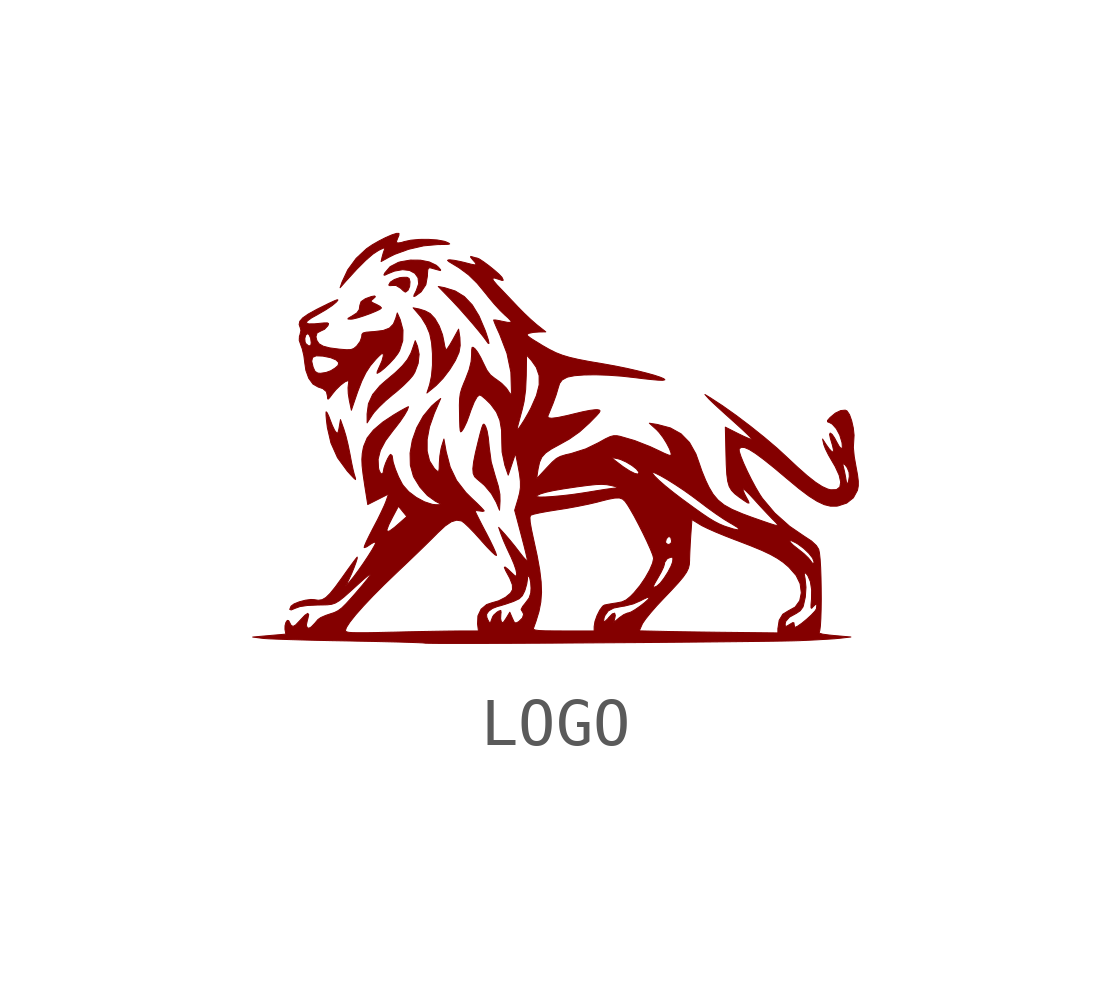
<source format=kicad_sym>
(kicad_symbol_lib
  (version 20210619)
  (generator bitmap2component)
  (symbol "LOGO"
    (pin_names
      (offset 1.016))
    (property "Reference" "#G"
      (at 0 10.62 0)
      (effects (font (size 1.27 1.27)) hide))
    (symbol "LOGO_0_0"
      (polyline (pts (xy -1.378 -4.237) (xy -1.028 -4.236) (xy -0.644 -4.235) (xy -0.23 -4.233) (xy 0.207 -4.231) (xy 0.662 -4.228) (xy 1.127 -4.225) (xy 1.598 -4.222) (xy 2.068 -4.219) (xy 2.531 -4.215) (xy 2.982 -4.211) (xy 3.413 -4.207) (xy 3.82 -4.203) (xy 4.196 -4.199) (xy 4.535 -4.195) (xy 4.832 -4.191) (xy 5.079 -4.187) (xy 5.271 -4.183) (xy 5.403 -4.179) (xy 5.522 -4.174) (xy 5.749 -4.163) (xy 5.958 -4.151) (xy 6.13 -4.14) (xy 6.247 -4.129) (xy 6.472 -4.103) (xy 6.122 -4.072) (xy 6.02 -4.062) (xy 5.885 -4.044) (xy 5.818 -4.024) (xy 5.813 -4.002) (xy 5.825 -3.968) (xy 5.838 -3.868) (xy 5.847 -3.716) (xy 5.853 -3.526) (xy 5.856 -3.312) (xy 5.854 -3.088) (xy 5.85 -2.866) (xy 5.843 -2.66) (xy 5.832 -2.485) (xy 5.818 -2.352) (xy 5.802 -2.276) (xy 5.753 -2.198) (xy 5.652 -2.104) (xy 5.492 -1.999) (xy 5.198 -1.798) (xy 4.887 -1.521) (xy 4.631 -1.217) (xy 4.575 -1.133) (xy 4.489 -0.987) (xy 4.4 -0.821) (xy 4.315 -0.65) (xy 4.24 -0.486) (xy 4.183 -0.345) (xy 4.149 -0.241) (xy 4.146 -0.188) (xy 4.149 -0.183) (xy 4.192 -0.153) (xy 4.26 -0.158) (xy 4.357 -0.2) (xy 4.489 -0.283) (xy 4.659 -0.409) (xy 4.874 -0.581) (xy 5.138 -0.803) (xy 5.144 -0.808) (xy 5.392 -1.014) (xy 5.598 -1.169) (xy 5.77 -1.278) (xy 5.917 -1.347) (xy 6.047 -1.379) (xy 6.169 -1.379) (xy 6.201 -1.375) (xy 6.385 -1.315) (xy 6.524 -1.205) (xy 6.607 -1.053) (xy 6.611 -1.04) (xy 6.627 -0.956) (xy 6.627 -0.858) (xy 6.611 -0.727) (xy 6.577 -0.542) (xy 6.542 -0.344) (xy 6.524 -0.157) (xy 6.532 -0.021) (xy 6.539 0.099) (xy 6.523 0.249) (xy 6.489 0.4) (xy 6.444 0.527) (xy 6.392 0.604) (xy 6.355 0.621) (xy 6.26 0.612) (xy 6.149 0.559) (xy 6.041 0.469) (xy 6.035 0.463) (xy 5.985 0.405) (xy 5.986 0.378) (xy 6.035 0.358) (xy 6.086 0.329) (xy 6.169 0.235) (xy 6.24 0.103) (xy 6.285 -0.047) (xy 6.288 -0.064) (xy 6.295 -0.157) (xy 6.274 -0.181) (xy 6.232 -0.139) (xy 6.171 -0.031) (xy 6.135 0.038) (xy 6.081 0.117) (xy 6.042 0.144) (xy 6.028 0.117) (xy 6.046 0.031) (xy 6.085 -0.1) (xy 6.109 -0.202) (xy 6.107 -0.248) (xy 6.08 -0.245) (xy 6.074 -0.241) (xy 6.021 -0.185) (xy 5.959 -0.099) (xy 5.883 0.019) (xy 5.908 -0.094) (xy 5.909 -0.098) (xy 5.944 -0.189) (xy 6.006 -0.314) (xy 6.084 -0.449) (xy 6.125 -0.519) (xy 6.306 -0.519) (xy 6.309 -0.491) (xy 6.351 -0.518) (xy 6.395 -0.576) (xy 6.434 -0.671) (xy 6.44 -0.757) (xy 6.423 -0.863) (xy 6.416 -0.88) (xy 6.397 -0.917) (xy 6.383 -0.894) (xy 6.367 -0.804) (xy 6.365 -0.787) (xy 6.341 -0.663) (xy 6.317 -0.563) (xy 6.306 -0.519) (xy 6.125 -0.519) (xy 6.144 -0.551) (xy 6.228 -0.734) (xy 6.26 -0.878) (xy 6.242 -0.98) (xy 6.173 -1.034) (xy 6.053 -1.038) (xy 5.99 -1.022) (xy 5.875 -0.97) (xy 5.737 -0.881) (xy 5.569 -0.749) (xy 5.366 -0.57) (xy 5.12 -0.34) (xy 4.935 -0.17) (xy 4.671 0.054) (xy 4.381 0.286) (xy 4.084 0.511) (xy 3.799 0.713) (xy 3.548 0.877) (xy 3.433 0.947) (xy 3.508 0.863) (xy 3.524 0.846) (xy 3.598 0.775) (xy 3.711 0.67) (xy 3.852 0.542) (xy 4.006 0.404) (xy 4.084 0.334) (xy 4.219 0.211) (xy 4.325 0.11) (xy 4.393 0.041) (xy 4.414 0.011) (xy 4.409 0.011) (xy 4.354 0.027) (xy 4.255 0.07) (xy 4.128 0.131) (xy 3.858 0.267) (xy 3.871 -0.307) (xy 3.877 -0.516) (xy 3.888 -0.714) (xy 3.907 -0.859) (xy 3.938 -0.967) (xy 3.986 -1.049) (xy 4.054 -1.12) (xy 4.146 -1.191) (xy 4.247 -1.262) (xy 4.323 -1.311) (xy 4.351 -1.314) (xy 4.338 -1.271) (xy 4.29 -1.183) (xy 4.256 -1.117) (xy 4.226 -1.042) (xy 4.227 -1.014) (xy 4.234 -1.017) (xy 4.285 -1.059) (xy 4.366 -1.14) (xy 4.465 -1.247) (xy 4.471 -1.254) (xy 4.596 -1.392) (xy 4.727 -1.532) (xy 4.835 -1.645) (xy 4.867 -1.676) (xy 4.922 -1.732) (xy 4.95 -1.768) (xy 4.942 -1.781) (xy 4.893 -1.774) (xy 4.793 -1.743) (xy 4.638 -1.69) (xy 4.418 -1.613) (xy 4.218 -1.539) (xy 3.999 -1.446) (xy 3.832 -1.353) (xy 3.705 -1.25) (xy 3.604 -1.13) (xy 3.517 -0.983) (xy 3.449 -0.841) (xy 3.369 -0.645) (xy 3.308 -0.467) (xy 3.245 -0.29) (xy 3.111 -0.051) (xy 2.936 0.128) (xy 2.714 0.251) (xy 2.442 0.323) (xy 2.276 0.349) (xy 2.428 0.212) (xy 2.482 0.154) (xy 2.562 0.049) (xy 2.636 -0.07) (xy 2.695 -0.184) (xy 2.728 -0.275) (xy 2.727 -0.325) (xy 2.725 -0.326) (xy 2.681 -0.316) (xy 2.59 -0.279) (xy 2.471 -0.222) (xy 2.291 -0.138) (xy 1.969 -0.012) (xy 1.665 0.076) (xy 1.603 0.088) (xy 1.534 0.089) (xy 1.46 0.07) (xy 1.361 0.024) (xy 1.218 -0.056) (xy 0.951 -0.186) (xy 0.641 -0.284) (xy 0.533 -0.308) (xy 0.423 -0.342) (xy 0.38 -0.364) (xy 1.482 -0.364) (xy 1.613 -0.389) (xy 1.676 -0.407) (xy 1.794 -0.46) (xy 1.912 -0.531) (xy 2.006 -0.604) (xy 2.054 -0.666) (xy 2.058 -0.68) (xy 2.048 -0.696) (xy 2.341 -0.696) (xy 2.348 -0.675) (xy 2.399 -0.69) (xy 2.505 -0.743) (xy 2.648 -0.825) (xy 2.815 -0.93) (xy 2.994 -1.049) (xy 3.171 -1.175) (xy 3.335 -1.298) (xy 3.484 -1.411) (xy 3.665 -1.541) (xy 3.833 -1.654) (xy 3.967 -1.735) (xy 3.993 -1.749) (xy 4.104 -1.818) (xy 4.146 -1.859) (xy 4.121 -1.872) (xy 4.031 -1.855) (xy 3.876 -1.806) (xy 3.827 -1.789) (xy 3.731 -1.748) (xy 3.63 -1.696) (xy 3.514 -1.626) (xy 3.372 -1.53) (xy 3.192 -1.402) (xy 2.964 -1.235) (xy 2.946 -1.222) (xy 2.766 -1.084) (xy 2.607 -0.956) (xy 2.479 -0.844) (xy 2.388 -0.755) (xy 2.341 -0.696) (xy 2.048 -0.696) (xy 2.039 -0.711) (xy 1.973 -0.698) (xy 1.868 -0.646) (xy 1.733 -0.559) (xy 1.576 -0.44) (xy 1.482 -0.364) (xy 0.38 -0.364) (xy 0.337 -0.388) (xy 0.253 -0.461) (xy 0.143 -0.576) (xy -0.071 -0.807) (xy -0.049 -0.657) (xy -0.041 -0.605) (xy -0.01 -0.464) (xy 0.037 -0.358) (xy 0.116 -0.271) (xy 0.237 -0.188) (xy 0.414 -0.091) (xy 0.609 0.018) (xy 0.822 0.168) (xy 1.027 0.353) (xy 1.071 0.398) (xy 1.174 0.503) (xy 1.232 0.569) (xy 1.25 0.606) (xy 1.234 0.623) (xy 1.19 0.631) (xy 1.149 0.63) (xy 1.035 0.616) (xy 0.884 0.586) (xy 0.716 0.546) (xy 0.569 0.51) (xy 0.371 0.468) (xy 0.24 0.452) (xy 0.171 0.462) (xy 0.162 0.497) (xy 0.182 0.544) (xy 0.273 0.767) (xy 0.336 0.941) (xy 0.377 1.081) (xy 0.408 1.178) (xy 0.461 1.25) (xy 0.556 1.302) (xy 0.581 1.311) (xy 0.719 1.338) (xy 0.913 1.353) (xy 1.151 1.357) (xy 1.419 1.348) (xy 1.701 1.328) (xy 1.986 1.296) (xy 2.137 1.277) (xy 2.313 1.258) (xy 2.458 1.245) (xy 2.549 1.242) (xy 2.556 1.242) (xy 2.599 1.253) (xy 2.577 1.276) (xy 2.5 1.308) (xy 2.376 1.349) (xy 2.213 1.394) (xy 2.021 1.442) (xy 1.807 1.491) (xy 1.581 1.537) (xy 1.351 1.579) (xy 1.304 1.587) (xy 1.021 1.635) (xy 0.797 1.678) (xy 0.616 1.72) (xy 0.465 1.765) (xy 0.329 1.818) (xy 0.195 1.885) (xy 0.047 1.969) (xy -0.127 2.076) (xy -0.19 2.116) (xy -0.257 2.167) (xy -0.271 2.197) (xy -0.239 2.218) (xy -0.231 2.221) (xy -0.139 2.24) (xy -0.025 2.248) (xy 0.119 2.251) (xy -0.062 2.395) (xy -0.078 2.408) (xy -0.199 2.514) (xy -0.338 2.646) (xy -0.469 2.779) (xy -0.485 2.797) (xy -0.619 2.938) (xy -0.755 3.081) (xy -0.867 3.198) (xy -0.896 3.228) (xy -0.972 3.319) (xy -0.99 3.366) (xy -0.948 3.372) (xy -0.846 3.34) (xy -0.79 3.321) (xy -0.766 3.327) (xy -0.789 3.379) (xy -0.798 3.392) (xy -0.858 3.455) (xy -0.953 3.538) (xy -1.063 3.627) (xy -1.173 3.708) (xy -1.262 3.767) (xy -1.314 3.789) (xy -1.341 3.793) (xy -1.413 3.814) (xy -1.445 3.822) (xy -1.444 3.802) (xy -1.391 3.739) (xy -1.352 3.695) (xy -1.33 3.656) (xy -1.354 3.645) (xy -1.433 3.659) (xy -1.576 3.696) (xy -1.661 3.716) (xy -1.787 3.741) (xy -1.876 3.751) (xy -1.903 3.75) (xy -1.927 3.74) (xy -1.897 3.712) (xy -1.806 3.657) (xy -1.684 3.583) (xy -1.489 3.438) (xy -1.31 3.263) (xy -1.125 3.039) (xy -1.083 2.985) (xy -0.957 2.834) (xy -0.83 2.695) (xy -0.724 2.593) (xy -0.669 2.545) (xy -0.606 2.478) (xy -0.606 2.448) (xy -0.671 2.448) (xy -0.806 2.475) (xy -0.84 2.483) (xy -0.926 2.498) (xy -0.966 2.498) (xy -0.966 2.493) (xy -0.947 2.439) (xy -0.905 2.339) (xy -0.846 2.21) (xy -0.841 2.199) (xy -0.689 1.802) (xy -0.608 1.411) (xy -0.596 1.013) (xy -0.597 0.988) (xy -0.605 0.949) (xy -0.627 0.966) (xy -0.675 1.042) (xy -0.702 1.08) (xy -0.799 1.178) (xy -0.913 1.263) (xy -0.934 1.276) (xy -1.032 1.353) (xy -1.106 1.451) (xy -1.178 1.597) (xy -1.236 1.717) (xy -1.301 1.829) (xy -1.353 1.897) (xy -1.393 1.929) (xy -1.415 1.928) (xy -1.424 1.876) (xy -1.426 1.761) (xy -1.436 1.631) (xy -1.477 1.463) (xy -1.555 1.258) (xy -1.585 1.189) (xy -1.632 1.069) (xy -1.661 0.967) (xy -1.675 0.86) (xy -1.68 0.725) (xy -1.677 0.538) (xy -1.675 0.405) (xy -1.67 0.271) (xy -1.663 0.195) (xy -1.652 0.168) (xy -1.633 0.18) (xy -1.604 0.22) (xy -1.581 0.26) (xy -1.526 0.376) (xy -1.478 0.506) (xy -1.441 0.615) (xy -1.37 0.793) (xy -1.308 0.901) (xy -1.258 0.938) (xy -1.214 0.915) (xy -1.136 0.85) (xy -1.042 0.758) (xy -1.021 0.734) (xy -0.908 0.58) (xy -0.837 0.409) (xy -0.808 0.238) (xy -0.475 0.238) (xy -0.458 0.313) (xy -0.423 0.443) (xy -0.37 0.638) (xy -0.333 0.798) (xy -0.3 1.046) (xy -0.287 1.344) (xy -0.281 1.768) (xy -0.18 1.655) (xy -0.079 1.512) (xy -0.02 1.341) (xy -0.019 1.147) (xy -0.076 0.924) (xy -0.192 0.661) (xy -0.248 0.556) (xy -0.33 0.414) (xy -0.4 0.305) (xy -0.425 0.269) (xy -0.458 0.224) (xy -0.475 0.211) (xy -0.475 0.238) (xy -0.808 0.238) (xy -0.802 0.203) (xy -0.797 -0.056) (xy -0.791 -0.251) (xy -0.734 -0.525) (xy -0.663 -0.732) (xy -0.587 -0.506) (xy -0.511 -0.281) (xy -0.484 -0.413) (xy -0.465 -0.507) (xy -0.428 -0.708) (xy -0.41 -0.861) (xy -0.409 -0.986) (xy -0.425 -1.101) (xy -0.442 -1.165) (xy -0.075 -1.165) (xy -0.068 -1.16) (xy 0.006 -1.124) (xy 0.118 -1.09) (xy 0.277 -1.055) (xy 0.492 -1.018) (xy 0.773 -0.976) (xy 0.782 -0.975) (xy 1.001 -0.946) (xy 1.164 -0.929) (xy 1.286 -0.925) (xy 1.386 -0.931) (xy 1.479 -0.948) (xy 1.578 -0.972) (xy 1.625 -0.988) (xy 1.61 -0.997) (xy 1.538 -1.004) (xy 1.476 -1.012) (xy 1.344 -1.03) (xy 1.176 -1.057) (xy 0.994 -1.087) (xy 0.866 -1.107) (xy 0.658 -1.137) (xy 0.455 -1.16) (xy 0.269 -1.177) (xy 0.112 -1.187) (xy -0.006 -1.189) (xy -0.072 -1.181) (xy -0.075 -1.165) (xy -0.442 -1.165) (xy -0.457 -1.225) (xy -0.529 -1.464) (xy -0.488 -1.616) (xy -0.211 -1.616) (xy -0.198 -1.571) (xy -0.192 -1.567) (xy -0.127 -1.545) (xy -0.006 -1.518) (xy 0.156 -1.488) (xy 0.344 -1.458) (xy 0.55 -1.426) (xy 0.79 -1.382) (xy 1.015 -1.336) (xy 1.195 -1.294) (xy 1.226 -1.285) (xy 1.419 -1.236) (xy 1.556 -1.21) (xy 1.651 -1.208) (xy 1.718 -1.231) (xy 1.772 -1.281) (xy 1.827 -1.36) (xy 1.87 -1.431) (xy 1.959 -1.586) (xy 2.053 -1.764) (xy 2.146 -1.948) (xy 2.231 -2.125) (xy 2.235 -2.135) (xy 2.61 -2.135) (xy 2.63 -2.058) (xy 2.678 -2.009) (xy 2.721 -2.027) (xy 2.739 -2.103) (xy 2.73 -2.145) (xy 2.689 -2.176) (xy 2.654 -2.173) (xy 2.61 -2.135) (xy 2.235 -2.135) (xy 2.3 -2.28) (xy 2.347 -2.399) (xy 2.364 -2.466) (xy 2.343 -2.565) (xy 2.282 -2.708) (xy 2.19 -2.871) (xy 2.079 -3.034) (xy 2.066 -3.049) (xy 2.358 -3.049) (xy 2.39 -2.983) (xy 2.46 -2.863) (xy 2.522 -2.753) (xy 2.57 -2.651) (xy 2.589 -2.589) (xy 2.596 -2.547) (xy 2.65 -2.471) (xy 2.732 -2.439) (xy 2.737 -2.439) (xy 2.768 -2.464) (xy 2.759 -2.542) (xy 2.727 -2.629) (xy 2.662 -2.753) (xy 2.582 -2.878) (xy 2.502 -2.982) (xy 2.437 -3.04) (xy 2.407 -3.055) (xy 2.364 -3.07) (xy 2.358 -3.049) (xy 2.066 -3.049) (xy 1.958 -3.18) (xy 1.884 -3.256) (xy 1.794 -3.33) (xy 1.706 -3.371) (xy 1.595 -3.393) (xy 1.532 -3.402) (xy 1.415 -3.422) (xy 1.339 -3.438) (xy 1.303 -3.462) (xy 1.243 -3.544) (xy 1.186 -3.658) (xy 1.145 -3.774) (xy 1.323 -3.774) (xy 1.333 -3.705) (xy 1.351 -3.656) (xy 1.42 -3.56) (xy 1.534 -3.5) (xy 1.707 -3.466) (xy 1.76 -3.459) (xy 1.941 -3.414) (xy 2.093 -3.348) (xy 2.151 -3.317) (xy 2.234 -3.28) (xy 2.275 -3.275) (xy 2.276 -3.282) (xy 2.246 -3.325) (xy 2.175 -3.389) (xy 2.081 -3.462) (xy 1.982 -3.531) (xy 1.895 -3.582) (xy 1.838 -3.602) (xy 1.823 -3.603) (xy 1.743 -3.637) (xy 1.652 -3.7) (xy 1.534 -3.799) (xy 1.559 -3.7) (xy 1.567 -3.653) (xy 1.553 -3.607) (xy 1.505 -3.621) (xy 1.432 -3.696) (xy 1.409 -3.725) (xy 1.349 -3.781) (xy 1.323 -3.774) (xy 1.145 -3.774) (xy 1.143 -3.78) (xy 1.126 -3.886) (xy 1.126 -3.975) (xy 2.066 -3.975) (xy 2.128 -3.835) (xy 2.138 -3.816) (xy 2.201 -3.725) (xy 2.302 -3.6) (xy 2.429 -3.454) (xy 2.572 -3.302) (xy 2.737 -3.129) (xy 2.88 -2.974) (xy 2.982 -2.852) (xy 3.05 -2.754) (xy 3.09 -2.67) (xy 3.109 -2.59) (xy 3.114 -2.504) (xy 3.114 -2.475) (xy 3.119 -2.343) (xy 3.127 -2.174) (xy 3.138 -1.998) (xy 3.162 -1.658) (xy 3.341 -1.768) (xy 3.37 -1.785) (xy 3.492 -1.845) (xy 3.659 -1.919) (xy 3.854 -1.999) (xy 4.059 -2.079) (xy 4.106 -2.096) (xy 5.197 -2.096) (xy 5.235 -2.098) (xy 5.327 -2.143) (xy 5.367 -2.167) (xy 5.489 -2.257) (xy 5.597 -2.36) (xy 5.674 -2.458) (xy 5.703 -2.534) (xy 5.703 -2.549) (xy 5.696 -2.582) (xy 5.671 -2.565) (xy 5.615 -2.491) (xy 5.588 -2.458) (xy 5.497 -2.37) (xy 5.39 -2.284) (xy 5.383 -2.279) (xy 5.274 -2.193) (xy 5.212 -2.13) (xy 5.197 -2.096) (xy 4.106 -2.096) (xy 4.114 -2.099) (xy 4.396 -2.208) (xy 4.621 -2.301) (xy 4.799 -2.385) (xy 4.941 -2.465) (xy 5.061 -2.547) (xy 5.168 -2.638) (xy 5.185 -2.654) (xy 5.332 -2.822) (xy 5.415 -2.993) (xy 5.44 -3.183) (xy 5.407 -3.347) (xy 5.312 -3.479) (xy 5.161 -3.563) (xy 5.054 -3.629) (xy 4.979 -3.755) (xy 4.967 -3.834) (xy 5.103 -3.834) (xy 5.115 -3.779) (xy 5.193 -3.69) (xy 5.338 -3.61) (xy 5.417 -3.557) (xy 5.473 -3.48) (xy 5.483 -3.453) (xy 5.524 -3.268) (xy 5.537 -3.067) (xy 5.52 -2.893) (xy 5.519 -2.888) (xy 5.502 -2.796) (xy 5.507 -2.763) (xy 5.536 -2.778) (xy 5.573 -2.82) (xy 5.628 -2.948) (xy 5.655 -3.119) (xy 5.652 -3.317) (xy 5.642 -3.432) (xy 5.642 -3.495) (xy 5.655 -3.506) (xy 5.685 -3.473) (xy 5.685 -3.473) (xy 5.739 -3.421) (xy 5.763 -3.437) (xy 5.754 -3.518) (xy 5.723 -3.565) (xy 5.65 -3.643) (xy 5.553 -3.732) (xy 5.452 -3.815) (xy 5.364 -3.877) (xy 5.311 -3.902) (xy 5.301 -3.894) (xy 5.29 -3.841) (xy 5.287 -3.808) (xy 5.262 -3.803) (xy 5.196 -3.842) (xy 5.137 -3.878) (xy 5.108 -3.879) (xy 5.103 -3.834) (xy 4.967 -3.834) (xy 4.952 -3.928) (xy 4.952 -4.018) (xy 3.968 -4.007) (xy 3.781 -4.005) (xy 3.481 -4.001) (xy 3.188 -3.997) (xy 2.92 -3.993) (xy 2.693 -3.989) (xy 2.524 -3.985) (xy 2.066 -3.975) (xy 1.126 -3.975) (xy 1.126 -3.977) (xy 0.484 -3.977) (xy 0.284 -3.976) (xy 0.101 -3.974) (xy -0.024 -3.968) (xy -0.099 -3.958) (xy -0.134 -3.944) (xy -0.138 -3.925) (xy -0.084 -3.775) (xy -0.022 -3.571) (xy 0.016 -3.375) (xy 0.031 -3.174) (xy 0.023 -2.955) (xy -0.007 -2.704) (xy -0.061 -2.407) (xy -0.138 -2.053) (xy -0.178 -1.866) (xy -0.205 -1.712) (xy -0.211 -1.616) (xy -0.488 -1.616) (xy -0.396 -1.965) (xy -0.382 -2.019) (xy -0.335 -2.2) (xy -0.297 -2.353) (xy -0.272 -2.462) (xy -0.263 -2.513) (xy -0.263 -2.517) (xy -0.29 -2.502) (xy -0.348 -2.439) (xy -0.426 -2.34) (xy -0.518 -2.22) (xy -0.631 -2.081) (xy -0.726 -1.97) (xy -0.862 -1.82) (xy -0.81 -1.97) (xy -0.805 -1.982) (xy -0.76 -2.098) (xy -0.695 -2.246) (xy -0.623 -2.4) (xy -0.606 -2.435) (xy -0.546 -2.576) (xy -0.504 -2.697) (xy -0.488 -2.773) (xy -0.489 -2.819) (xy -0.502 -2.838) (xy -0.541 -2.813) (xy -0.619 -2.739) (xy -0.668 -2.692) (xy -0.727 -2.645) (xy -0.744 -2.652) (xy -0.718 -2.717) (xy -0.65 -2.843) (xy -0.63 -2.88) (xy -0.577 -3.015) (xy -0.574 -3.117) (xy -0.616 -3.19) (xy -0.719 -3.276) (xy -0.861 -3.349) (xy -1.022 -3.396) (xy -1.114 -3.428) (xy -1.228 -3.524) (xy -1.278 -3.629) (xy -1.114 -3.629) (xy -1.071 -3.567) (xy -0.993 -3.509) (xy -0.887 -3.468) (xy -0.836 -3.455) (xy -0.71 -3.417) (xy -0.576 -3.371) (xy -0.543 -3.358) (xy -0.435 -3.307) (xy -0.37 -3.244) (xy -0.322 -3.149) (xy -0.312 -3.122) (xy -0.277 -2.999) (xy -0.262 -2.897) (xy -0.261 -2.865) (xy -0.251 -2.826) (xy -0.225 -2.851) (xy -0.215 -2.874) (xy -0.196 -2.966) (xy -0.188 -3.085) (xy -0.194 -3.188) (xy -0.228 -3.291) (xy -0.307 -3.397) (xy -0.361 -3.464) (xy -0.395 -3.528) (xy -0.378 -3.562) (xy -0.371 -3.567) (xy -0.342 -3.628) (xy -0.367 -3.707) (xy -0.441 -3.78) (xy -0.451 -3.787) (xy -0.504 -3.813) (xy -0.539 -3.792) (xy -0.577 -3.711) (xy -0.63 -3.587) (xy -0.707 -3.714) (xy -0.754 -3.785) (xy -0.787 -3.808) (xy -0.809 -3.777) (xy -0.821 -3.72) (xy -0.816 -3.622) (xy -0.811 -3.59) (xy -0.818 -3.55) (xy -0.862 -3.564) (xy -0.897 -3.586) (xy -0.965 -3.647) (xy -0.988 -3.683) (xy -1.021 -3.771) (xy -1.033 -3.811) (xy -1.052 -3.808) (xy -1.088 -3.743) (xy -1.109 -3.692) (xy -1.114 -3.629) (xy -1.278 -3.629) (xy -1.294 -3.663) (xy -1.302 -3.829) (xy -1.283 -3.977) (xy -1.664 -3.977) (xy -1.766 -3.978) (xy -1.956 -3.98) (xy -2.195 -3.984) (xy -2.467 -3.989) (xy -2.756 -3.995) (xy -3.048 -4.002) (xy -3.11 -4.003) (xy -3.398 -4.01) (xy -3.621 -4.014) (xy -3.787 -4.014) (xy -3.905 -4.012) (xy -3.981 -4.006) (xy -4.026 -3.996) (xy -4.047 -3.982) (xy -4.052 -3.964) (xy -4.031 -3.903) (xy -3.959 -3.792) (xy -3.84 -3.642) (xy -3.678 -3.459) (xy -3.479 -3.248) (xy -3.248 -3.016) (xy -2.99 -2.768) (xy -2.944 -2.724) (xy -2.75 -2.54) (xy -2.562 -2.36) (xy -2.393 -2.196) (xy -2.254 -2.059) (xy -2.157 -1.962) (xy -2.132 -1.936) (xy -1.976 -1.791) (xy -1.848 -1.704) (xy -1.738 -1.671) (xy -1.638 -1.686) (xy -1.635 -1.687) (xy -1.575 -1.731) (xy -1.48 -1.82) (xy -1.363 -1.941) (xy -1.236 -2.082) (xy -1.214 -2.108) (xy -1.098 -2.236) (xy -1.002 -2.334) (xy -0.936 -2.393) (xy -0.908 -2.405) (xy -0.907 -2.401) (xy -0.924 -2.346) (xy -0.97 -2.24) (xy -1.038 -2.099) (xy -1.122 -1.935) (xy -1.137 -1.908) (xy -1.22 -1.749) (xy -1.288 -1.615) (xy -1.334 -1.522) (xy -1.351 -1.481) (xy -1.326 -1.47) (xy -1.257 -1.479) (xy -1.194 -1.488) (xy -1.163 -1.478) (xy -1.172 -1.464) (xy -1.224 -1.407) (xy -1.312 -1.319) (xy -1.425 -1.212) (xy -1.545 -1.093) (xy -1.738 -0.843) (xy -1.871 -0.566) (xy -1.955 -0.244) (xy -2.002 0.019) (xy -2.049 -0.131) (xy -2.063 -0.186) (xy -2.087 -0.334) (xy -2.098 -0.484) (xy -2.101 -0.597) (xy -2.11 -0.651) (xy -2.132 -0.655) (xy -2.175 -0.62) (xy -2.201 -0.594) (xy -2.301 -0.436) (xy -2.351 -0.232) (xy -2.351 0.008) (xy -2.302 0.273) (xy -2.202 0.556) (xy -2.069 0.864) (xy -2.168 0.786) (xy -2.26 0.705) (xy -2.433 0.496) (xy -2.568 0.254) (xy -2.661 -0.008) (xy -2.707 -0.274) (xy -2.701 -0.527) (xy -2.639 -0.752) (xy -2.624 -0.784) (xy -2.5 -0.984) (xy -2.346 -1.156) (xy -2.18 -1.276) (xy -2.045 -1.347) (xy -2.161 -1.349) (xy -2.242 -1.341) (xy -2.408 -1.287) (xy -2.58 -1.194) (xy -2.736 -1.076) (xy -2.85 -0.947) (xy -2.873 -0.911) (xy -2.947 -0.768) (xy -3.012 -0.609) (xy -3.059 -0.461) (xy -3.076 -0.35) (xy -3.079 -0.33) (xy -3.11 -0.3) (xy -3.133 -0.319) (xy -3.174 -0.388) (xy -3.217 -0.484) (xy -3.25 -0.582) (xy -3.264 -0.657) (xy -3.264 -0.669) (xy -3.285 -0.711) (xy -3.321 -0.695) (xy -3.353 -0.628) (xy -3.364 -0.581) (xy -3.372 -0.402) (xy -3.325 -0.217) (xy -3.219 -0.017) (xy -3.05 0.209) (xy -3.024 0.24) (xy -2.914 0.383) (xy -2.824 0.516) (xy -2.762 0.624) (xy -2.739 0.691) (xy -2.751 0.689) (xy -2.813 0.658) (xy -2.917 0.6) (xy -3.048 0.522) (xy -3.275 0.372) (xy -3.47 0.206) (xy -3.601 0.041) (xy -3.672 -0.129) (xy -3.682 -0.17) (xy -3.703 -0.285) (xy -3.711 -0.402) (xy -3.706 -0.539) (xy -3.686 -0.714) (xy -3.652 -0.944) (xy -3.588 -1.345) (xy -3.155 -1.126) (xy -3.211 -1.285) (xy -3.242 -1.361) (xy -3.305 -1.497) (xy -3.385 -1.661) (xy -3.475 -1.832) (xy -3.493 -1.867) (xy -3.188 -1.867) (xy -3.15 -1.766) (xy -3.069 -1.605) (xy -2.949 -1.379) (xy -2.862 -1.487) (xy -2.774 -1.595) (xy -2.954 -1.753) (xy -3.03 -1.819) (xy -3.129 -1.892) (xy -3.181 -1.909) (xy -3.188 -1.867) (xy -3.493 -1.867) (xy -3.552 -1.982) (xy -3.615 -2.111) (xy -3.654 -2.202) (xy -3.663 -2.24) (xy -3.659 -2.242) (xy -3.613 -2.227) (xy -3.539 -2.178) (xy -3.523 -2.166) (xy -3.456 -2.129) (xy -3.422 -2.135) (xy -3.421 -2.14) (xy -3.446 -2.196) (xy -3.503 -2.296) (xy -3.584 -2.424) (xy -3.679 -2.567) (xy -3.78 -2.711) (xy -3.876 -2.842) (xy -3.959 -2.945) (xy -4.055 -3.058) (xy -3.975 -2.893) (xy -3.927 -2.79) (xy -3.875 -2.664) (xy -3.833 -2.551) (xy -3.808 -2.47) (xy -3.807 -2.439) (xy -3.811 -2.442) (xy -3.85 -2.49) (xy -3.921 -2.585) (xy -4.015 -2.715) (xy -4.125 -2.87) (xy -4.262 -3.059) (xy -4.371 -3.194) (xy -4.46 -3.281) (xy -4.538 -3.326) (xy -4.617 -3.338) (xy -4.704 -3.325) (xy -4.772 -3.321) (xy -4.889 -3.337) (xy -5.016 -3.371) (xy -5.123 -3.414) (xy -5.183 -3.459) (xy -5.188 -3.467) (xy -5.213 -3.528) (xy -5.182 -3.54) (xy -5.095 -3.504) (xy -5.001 -3.47) (xy -4.846 -3.447) (xy -4.628 -3.437) (xy -4.542 -3.436) (xy -4.429 -3.433) (xy -4.34 -3.422) (xy -4.262 -3.396) (xy -4.18 -3.347) (xy -4.082 -3.27) (xy -3.955 -3.157) (xy -3.784 -3.002) (xy -3.668 -2.897) (xy -3.573 -2.818) (xy -3.529 -2.79) (xy -3.535 -2.814) (xy -3.592 -2.892) (xy -3.699 -3.023) (xy -3.858 -3.208) (xy -3.92 -3.278) (xy -4.038 -3.408) (xy -4.128 -3.497) (xy -4.205 -3.554) (xy -4.282 -3.593) (xy -4.374 -3.623) (xy -4.46 -3.652) (xy -4.566 -3.698) (xy -4.625 -3.739) (xy -4.69 -3.816) (xy -4.764 -3.893) (xy -4.814 -3.921) (xy -4.848 -3.909) (xy -4.867 -3.857) (xy -4.844 -3.749) (xy -4.836 -3.725) (xy -4.817 -3.636) (xy -4.838 -3.611) (xy -4.897 -3.65) (xy -4.994 -3.752) (xy -5.006 -3.765) (xy -5.09 -3.853) (xy -5.145 -3.883) (xy -5.187 -3.855) (xy -5.23 -3.771) (xy -5.235 -3.762) (xy -5.263 -3.757) (xy -5.292 -3.799) (xy -5.311 -3.869) (xy -5.312 -3.944) (xy -5.294 -4.043) (xy -5.639 -4.073) (xy -5.984 -4.104) (xy -5.778 -4.131) (xy -5.752 -4.134) (xy -5.641 -4.141) (xy -5.469 -4.148) (xy -5.243 -4.156) (xy -4.974 -4.164) (xy -4.67 -4.172) (xy -4.341 -4.179) (xy -3.996 -4.185) (xy -3.818 -4.189) (xy -3.493 -4.195) (xy -3.196 -4.202) (xy -2.934 -4.208) (xy -2.716 -4.215) (xy -2.549 -4.221) (xy -2.442 -4.226) (xy -2.401 -4.23) (xy -2.385 -4.232) (xy -2.302 -4.234) (xy -2.154 -4.236) (xy -1.947 -4.237) (xy -1.686 -4.237) (xy -1.378 -4.237)) (stroke (width 0.01)) (fill (type outline)))
      (polyline (pts (xy -0.833 -1.271) (xy -0.836 -1.134) (xy -0.869 -0.964) (xy -0.934 -0.75) (xy -1.017 -0.457) (xy -1.061 -0.126) (xy -1.062 -0.106) (xy -1.078 0.05) (xy -1.102 0.186) (xy -1.131 0.274) (xy -1.151 0.311) (xy -1.171 0.331) (xy -1.191 0.315) (xy -1.214 0.253) (xy -1.247 0.137) (xy -1.292 -0.042) (xy -1.346 -0.267) (xy -1.384 -0.458) (xy -1.4 -0.598) (xy -1.393 -0.696) (xy -1.363 -0.765) (xy -1.312 -0.814) (xy -1.158 -0.945) (xy -1.012 -1.12) (xy -0.911 -1.3) (xy -0.844 -1.463) (xy -0.833 -1.271)) (stroke (width 0.01)) (fill (type outline)))
      (polyline (pts (xy -3.842 -0.803) (xy -3.862 -0.737) (xy -3.869 -0.715) (xy -3.894 -0.616) (xy -3.924 -0.475) (xy -3.954 -0.315) (xy -3.962 -0.273) (xy -4 -0.089) (xy -4.043 0.086) (xy -4.084 0.221) (xy -4.156 0.424) (xy -4.183 0.266) (xy -4.189 0.23) (xy -4.207 0.155) (xy -4.228 0.141) (xy -4.261 0.176) (xy -4.28 0.206) (xy -4.327 0.305) (xy -4.373 0.424) (xy -4.398 0.491) (xy -4.433 0.565) (xy -4.454 0.586) (xy -4.457 0.579) (xy -4.457 0.514) (xy -4.447 0.401) (xy -4.429 0.257) (xy -4.355 -0.062) (xy -4.218 -0.369) (xy -4.015 -0.647) (xy -3.938 -0.732) (xy -3.874 -0.799) (xy -3.843 -0.825) (xy -3.842 -0.803)) (stroke (width 0.01)) (fill (type outline)))
      (polyline (pts (xy -3.491 0.525) (xy -3.453 0.577) (xy -3.349 0.69) (xy -3.215 0.818) (xy -3.07 0.941) (xy -2.984 1.01) (xy -2.844 1.134) (xy -2.727 1.25) (xy -2.65 1.34) (xy -2.607 1.411) (xy -2.538 1.595) (xy -2.518 1.784) (xy -2.552 1.952) (xy -2.599 2.067) (xy -2.664 1.875) (xy -2.691 1.804) (xy -2.762 1.675) (xy -2.866 1.546) (xy -3.013 1.403) (xy -3.214 1.234) (xy -3.333 1.13) (xy -3.486 0.947) (xy -3.574 0.754) (xy -3.602 0.542) (xy -3.601 0.356) (xy -3.491 0.525)) (stroke (width 0.01)) (fill (type outline)))
      (polyline (pts (xy -3.827 0.919) (xy -3.799 1.001) (xy -3.713 1.225) (xy -3.627 1.401) (xy -3.532 1.547) (xy -3.417 1.682) (xy -3.358 1.743) (xy -3.299 1.796) (xy -3.271 1.802) (xy -3.264 1.765) (xy -3.266 1.743) (xy -3.292 1.647) (xy -3.34 1.537) (xy -3.361 1.492) (xy -3.392 1.418) (xy -3.394 1.388) (xy -3.387 1.389) (xy -3.324 1.425) (xy -3.234 1.499) (xy -3.132 1.596) (xy -3.036 1.7) (xy -2.963 1.796) (xy -2.926 1.859) (xy -2.859 2.066) (xy -2.854 2.289) (xy -2.912 2.506) (xy -2.973 2.645) (xy -3.006 2.53) (xy -3.054 2.413) (xy -3.137 2.329) (xy -3.266 2.28) (xy -3.454 2.257) (xy -3.505 2.254) (xy -3.621 2.244) (xy -3.684 2.228) (xy -3.709 2.2) (xy -3.714 2.151) (xy -3.715 2.143) (xy -3.746 2.053) (xy -3.812 1.963) (xy -3.825 1.949) (xy -3.88 1.904) (xy -3.94 1.882) (xy -4.027 1.879) (xy -4.166 1.89) (xy -4.177 1.891) (xy -4.378 1.917) (xy -4.516 1.953) (xy -4.602 2.003) (xy -4.648 2.072) (xy -4.667 2.148) (xy -4.643 2.229) (xy -4.553 2.275) (xy -4.489 2.304) (xy -4.422 2.374) (xy -4.412 2.392) (xy -4.404 2.424) (xy -4.428 2.438) (xy -4.5 2.437) (xy -4.633 2.424) (xy -4.697 2.418) (xy -4.816 2.417) (xy -4.867 2.435) (xy -4.848 2.476) (xy -4.76 2.54) (xy -4.601 2.629) (xy -4.596 2.632) (xy -4.457 2.713) (xy -4.331 2.797) (xy -4.247 2.867) (xy -4.232 2.883) (xy -4.209 2.914) (xy -4.223 2.92) (xy -4.282 2.898) (xy -4.393 2.847) (xy -4.563 2.763) (xy -4.651 2.719) (xy -4.827 2.622) (xy -4.942 2.542) (xy -5.003 2.471) (xy -5.017 2.404) (xy -4.992 2.331) (xy -4.98 2.28) (xy -5 2.188) (xy -5.011 2.159) (xy -5.013 2.112) (xy -4.899 2.112) (xy -4.88 2.183) (xy -4.841 2.214) (xy -4.811 2.194) (xy -4.778 2.122) (xy -4.765 2.023) (xy -4.774 1.972) (xy -4.814 1.955) (xy -4.876 2.005) (xy -4.892 2.036) (xy -4.899 2.112) (xy -5.013 2.112) (xy -5.015 2.074) (xy -4.976 1.961) (xy -4.953 1.9) (xy -4.919 1.756) (xy -4.904 1.64) (xy -4.755 1.64) (xy -4.736 1.719) (xy -4.661 1.752) (xy -4.525 1.746) (xy -4.522 1.746) (xy -4.36 1.713) (xy -4.247 1.666) (xy -4.193 1.611) (xy -4.206 1.552) (xy -4.266 1.499) (xy -4.357 1.442) (xy -4.454 1.406) (xy -4.572 1.388) (xy -4.627 1.392) (xy -4.685 1.427) (xy -4.725 1.514) (xy -4.755 1.64) (xy -4.904 1.64) (xy -4.9 1.607) (xy -4.877 1.451) (xy -4.817 1.285) (xy -4.729 1.164) (xy -4.621 1.102) (xy -4.524 1.069) (xy -4.449 1.006) (xy -4.427 0.909) (xy -4.426 0.871) (xy -4.415 0.849) (xy -4.384 0.877) (xy -4.32 0.962) (xy -4.253 1.044) (xy -4.154 1.141) (xy -4.061 1.211) (xy -3.993 1.238) (xy -3.983 1.212) (xy -3.993 1.14) (xy -3.999 1.086) (xy -3.994 0.966) (xy -3.973 0.831) (xy -3.929 0.619) (xy -3.827 0.919)) (stroke (width 0.01)) (fill (type outline)))
      (polyline (pts (xy -2.184 1.117) (xy -2.16 1.138) (xy -2.019 1.284) (xy -1.88 1.466) (xy -1.763 1.655) (xy -1.687 1.825) (xy -1.663 1.965) (xy -1.669 2.131) (xy -1.696 2.307) (xy -1.814 2.092) (xy -1.875 1.986) (xy -1.927 1.907) (xy -1.956 1.876) (xy -1.965 1.887) (xy -1.984 1.952) (xy -2.003 2.056) (xy -2.031 2.191) (xy -2.099 2.372) (xy -2.189 2.527) (xy -2.289 2.633) (xy -2.393 2.688) (xy -2.513 2.726) (xy -2.643 2.752) (xy -2.502 2.587) (xy -2.469 2.546) (xy -2.369 2.383) (xy -2.298 2.215) (xy -2.297 2.21) (xy -2.259 2.023) (xy -2.241 1.796) (xy -2.241 1.557) (xy -2.261 1.333) (xy -2.299 1.154) (xy -2.356 0.977) (xy -2.184 1.117)) (stroke (width 0.01)) (fill (type outline)))
      (polyline (pts (xy -1.063 2.012) (xy -1.077 2.083) (xy -1.121 2.22) (xy -1.143 2.282) (xy -1.27 2.581) (xy -1.412 2.813) (xy -1.576 2.985) (xy -1.766 3.102) (xy -1.988 3.171) (xy -2.12 3.196) (xy -1.871 2.939) (xy -1.82 2.886) (xy -1.686 2.742) (xy -1.543 2.58) (xy -1.401 2.417) (xy -1.274 2.265) (xy -1.174 2.14) (xy -1.113 2.056) (xy -1.079 2.01) (xy -1.063 2.012)) (stroke (width 0.01)) (fill (type outline)))
      (polyline (pts (xy -3.898 2.519) (xy -3.798 2.543) (xy -3.672 2.583) (xy -3.54 2.63) (xy -3.421 2.679) (xy -3.335 2.72) (xy -3.302 2.749) (xy -3.332 2.782) (xy -3.405 2.822) (xy -3.461 2.847) (xy -3.516 2.878) (xy -3.515 2.905) (xy -3.468 2.944) (xy -3.429 2.982) (xy -3.444 2.999) (xy -3.511 2.987) (xy -3.622 2.947) (xy -3.643 2.938) (xy -3.727 2.88) (xy -3.752 2.806) (xy -3.765 2.716) (xy -3.815 2.645) (xy -3.921 2.577) (xy -3.938 2.568) (xy -3.999 2.532) (xy -3.999 2.518) (xy -3.939 2.515) (xy -3.898 2.519)) (stroke (width 0.01)) (fill (type outline)))
      (polyline (pts (xy -2.595 2.998) (xy -2.476 3.085) (xy -2.378 3.232) (xy -2.345 3.417) (xy -2.345 3.453) (xy -2.338 3.545) (xy -2.319 3.583) (xy -2.279 3.583) (xy -2.227 3.568) (xy -2.129 3.541) (xy -2.075 3.527) (xy -2.069 3.541) (xy -2.116 3.597) (xy -2.162 3.638) (xy -2.306 3.707) (xy -2.491 3.744) (xy -2.698 3.746) (xy -2.908 3.71) (xy -2.953 3.697) (xy -3.122 3.609) (xy -3.233 3.478) (xy -3.252 3.436) (xy -3.234 3.43) (xy -3.163 3.463) (xy -3.032 3.516) (xy -2.862 3.546) (xy -2.717 3.529) (xy -2.607 3.47) (xy -2.541 3.377) (xy -2.528 3.253) (xy -2.579 3.107) (xy -2.584 3.098) (xy -2.625 3.017) (xy -2.628 2.987) (xy -2.595 2.998)) (stroke (width 0.01)) (fill (type outline)))
      (polyline (pts (xy -2.75 3.117) (xy -2.716 3.196) (xy -2.708 3.29) (xy -2.71 3.303) (xy -2.727 3.364) (xy -2.771 3.387) (xy -2.867 3.386) (xy -2.924 3.379) (xy -3.034 3.341) (xy -3.118 3.286) (xy -3.151 3.226) (xy -3.129 3.213) (xy -3.061 3.217) (xy -2.998 3.216) (xy -2.902 3.158) (xy -2.849 3.107) (xy -2.809 3.08) (xy -2.799 3.08) (xy -2.75 3.117)) (stroke (width 0.01)) (fill (type outline)))
      (polyline (pts (xy -4.047 3.302) (xy -4.039 3.311) (xy -3.817 3.554) (xy -3.633 3.738) (xy -3.485 3.867) (xy -3.368 3.944) (xy -3.316 3.97) (xy -3.251 3.998) (xy -3.232 3.992) (xy -3.245 3.952) (xy -3.264 3.9) (xy -3.292 3.799) (xy -3.31 3.715) (xy -3.147 3.805) (xy -3.03 3.864) (xy -2.738 3.97) (xy -2.425 4.042) (xy -2.127 4.069) (xy -2.008 4.07) (xy -1.915 4.073) (xy -1.882 4.082) (xy -1.899 4.098) (xy -1.958 4.125) (xy -2 4.139) (xy -2.143 4.165) (xy -2.323 4.177) (xy -2.514 4.176) (xy -2.691 4.16) (xy -2.826 4.131) (xy -2.89 4.111) (xy -2.97 4.1) (xy -2.992 4.129) (xy -2.964 4.202) (xy -2.94 4.259) (xy -2.937 4.3) (xy -2.938 4.301) (xy -2.988 4.302) (xy -3.085 4.271) (xy -3.213 4.216) (xy -3.354 4.144) (xy -3.494 4.064) (xy -3.614 3.982) (xy -3.615 3.981) (xy -3.83 3.781) (xy -4.005 3.542) (xy -4.124 3.288) (xy -4.164 3.17) (xy -4.047 3.302)) (stroke (width 0.01)) (fill (type outline))))))
</source>
